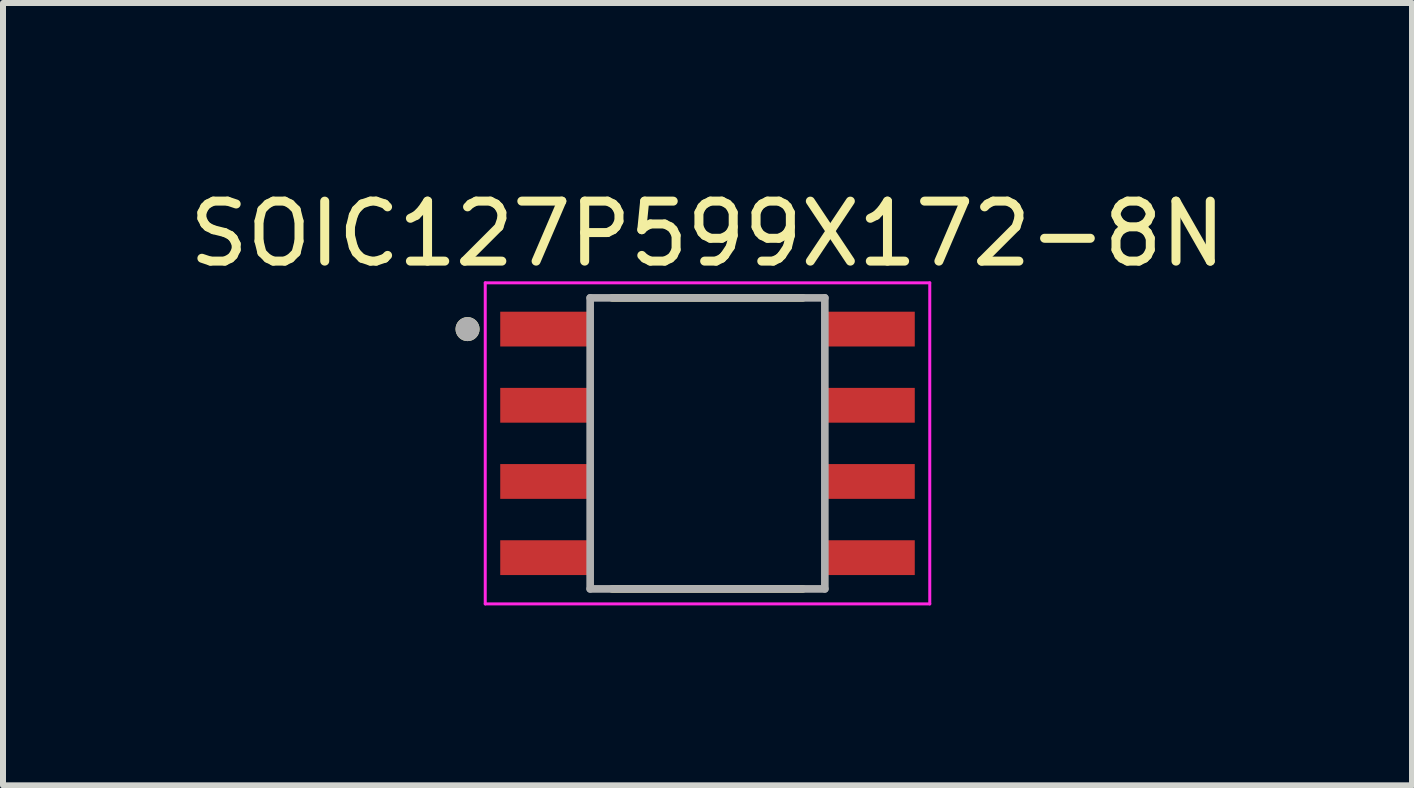
<source format=kicad_pcb>
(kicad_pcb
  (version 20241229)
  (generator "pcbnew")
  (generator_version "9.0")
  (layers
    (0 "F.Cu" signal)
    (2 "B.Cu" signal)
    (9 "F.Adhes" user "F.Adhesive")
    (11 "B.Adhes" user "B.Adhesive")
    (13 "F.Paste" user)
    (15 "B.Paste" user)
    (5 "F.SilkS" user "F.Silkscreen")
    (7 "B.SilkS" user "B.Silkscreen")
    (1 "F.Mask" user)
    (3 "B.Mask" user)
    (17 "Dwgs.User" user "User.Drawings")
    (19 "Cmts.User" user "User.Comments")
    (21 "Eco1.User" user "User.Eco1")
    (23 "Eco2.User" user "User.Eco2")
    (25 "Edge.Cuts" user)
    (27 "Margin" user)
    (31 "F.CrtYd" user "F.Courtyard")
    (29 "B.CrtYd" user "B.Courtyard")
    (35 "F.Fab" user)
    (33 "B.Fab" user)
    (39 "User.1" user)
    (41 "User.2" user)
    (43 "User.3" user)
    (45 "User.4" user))
  (footprint "SOIC127P599X172-8N"
    (layer "F.Cu")
    (at 8.744 4.341)
    (property "Reference" "SOIC127P599X172-8N" (at 0 -3.493 0) (layer "F.SilkS") (effects (font (size 1 1) (thickness 0.15))))
    (attr smd)
    (fp_line (start -1.59 -2.426) (end 1.59 -2.426) (stroke (width 0.127) (type solid)) (layer "F.SilkS"))
    (fp_line (start 1.59 2.426) (end -1.59 2.426) (stroke (width 0.127) (type solid)) (layer "F.SilkS"))
    (fp_circle (center -4 -1.905) (end -3.9 -1.905) (stroke (width 0.2) (type solid)) (fill no) (layer "F.SilkS"))
    (fp_line (start -3.705 -2.676) (end 3.705 -2.676) (stroke (width 0.05) (type solid)) (layer "F.CrtYd"))
    (fp_line (start -3.705 2.676) (end -3.705 -2.676) (stroke (width 0.05) (type solid)) (layer "F.CrtYd"))
    (fp_line (start 3.705 -2.676) (end 3.705 2.676) (stroke (width 0.05) (type solid)) (layer "F.CrtYd"))
    (fp_line (start 3.705 2.676) (end -3.705 2.676) (stroke (width 0.05) (type solid)) (layer "F.CrtYd"))
    (fp_line (start -1.956 -2.426) (end 1.956 -2.426) (stroke (width 0.127) (type solid)) (layer "F.Fab"))
    (fp_line (start -1.956 2.426) (end -1.956 -2.426) (stroke (width 0.127) (type solid)) (layer "F.Fab"))
    (fp_line (start 1.956 -2.426) (end 1.956 2.426) (stroke (width 0.127) (type solid)) (layer "F.Fab"))
    (fp_line (start 1.956 2.426) (end -1.956 2.426) (stroke (width 0.127) (type solid)) (layer "F.Fab"))
    (fp_circle (center -4 -1.905) (end -3.9 -1.905) (stroke (width 0.2) (type solid)) (fill no) (layer "F.Fab"))
    (pad "1" smd rect (at -2.68 -1.905) (size 1.55 0.58) (layers "F.Cu" "F.Mask" "F.Paste"))
    (pad "2" smd rect (at -2.68 -0.635) (size 1.55 0.58) (layers "F.Cu" "F.Mask" "F.Paste"))
    (pad "3" smd rect (at -2.68 0.635) (size 1.55 0.58) (layers "F.Cu" "F.Mask" "F.Paste"))
    (pad "4" smd rect (at -2.68 1.905) (size 1.55 0.58) (layers "F.Cu" "F.Mask" "F.Paste"))
    (pad "5" smd rect (at 2.68 1.905) (size 1.55 0.58) (layers "F.Cu" "F.Mask" "F.Paste"))
    (pad "6" smd rect (at 2.68 0.635) (size 1.55 0.58) (layers "F.Cu" "F.Mask" "F.Paste"))
    (pad "7" smd rect (at 2.68 -0.635) (size 1.55 0.58) (layers "F.Cu" "F.Mask" "F.Paste"))
    (pad "8" smd rect (at 2.68 -1.905) (size 1.55 0.58) (layers "F.Cu" "F.Mask" "F.Paste")))
  (gr_rect
    (start -3 -3)
    (end 20.488 10.041)
    (stroke (width 0.1) (type default))
    (fill no)
    (layer "Edge.Cuts")))
</source>
